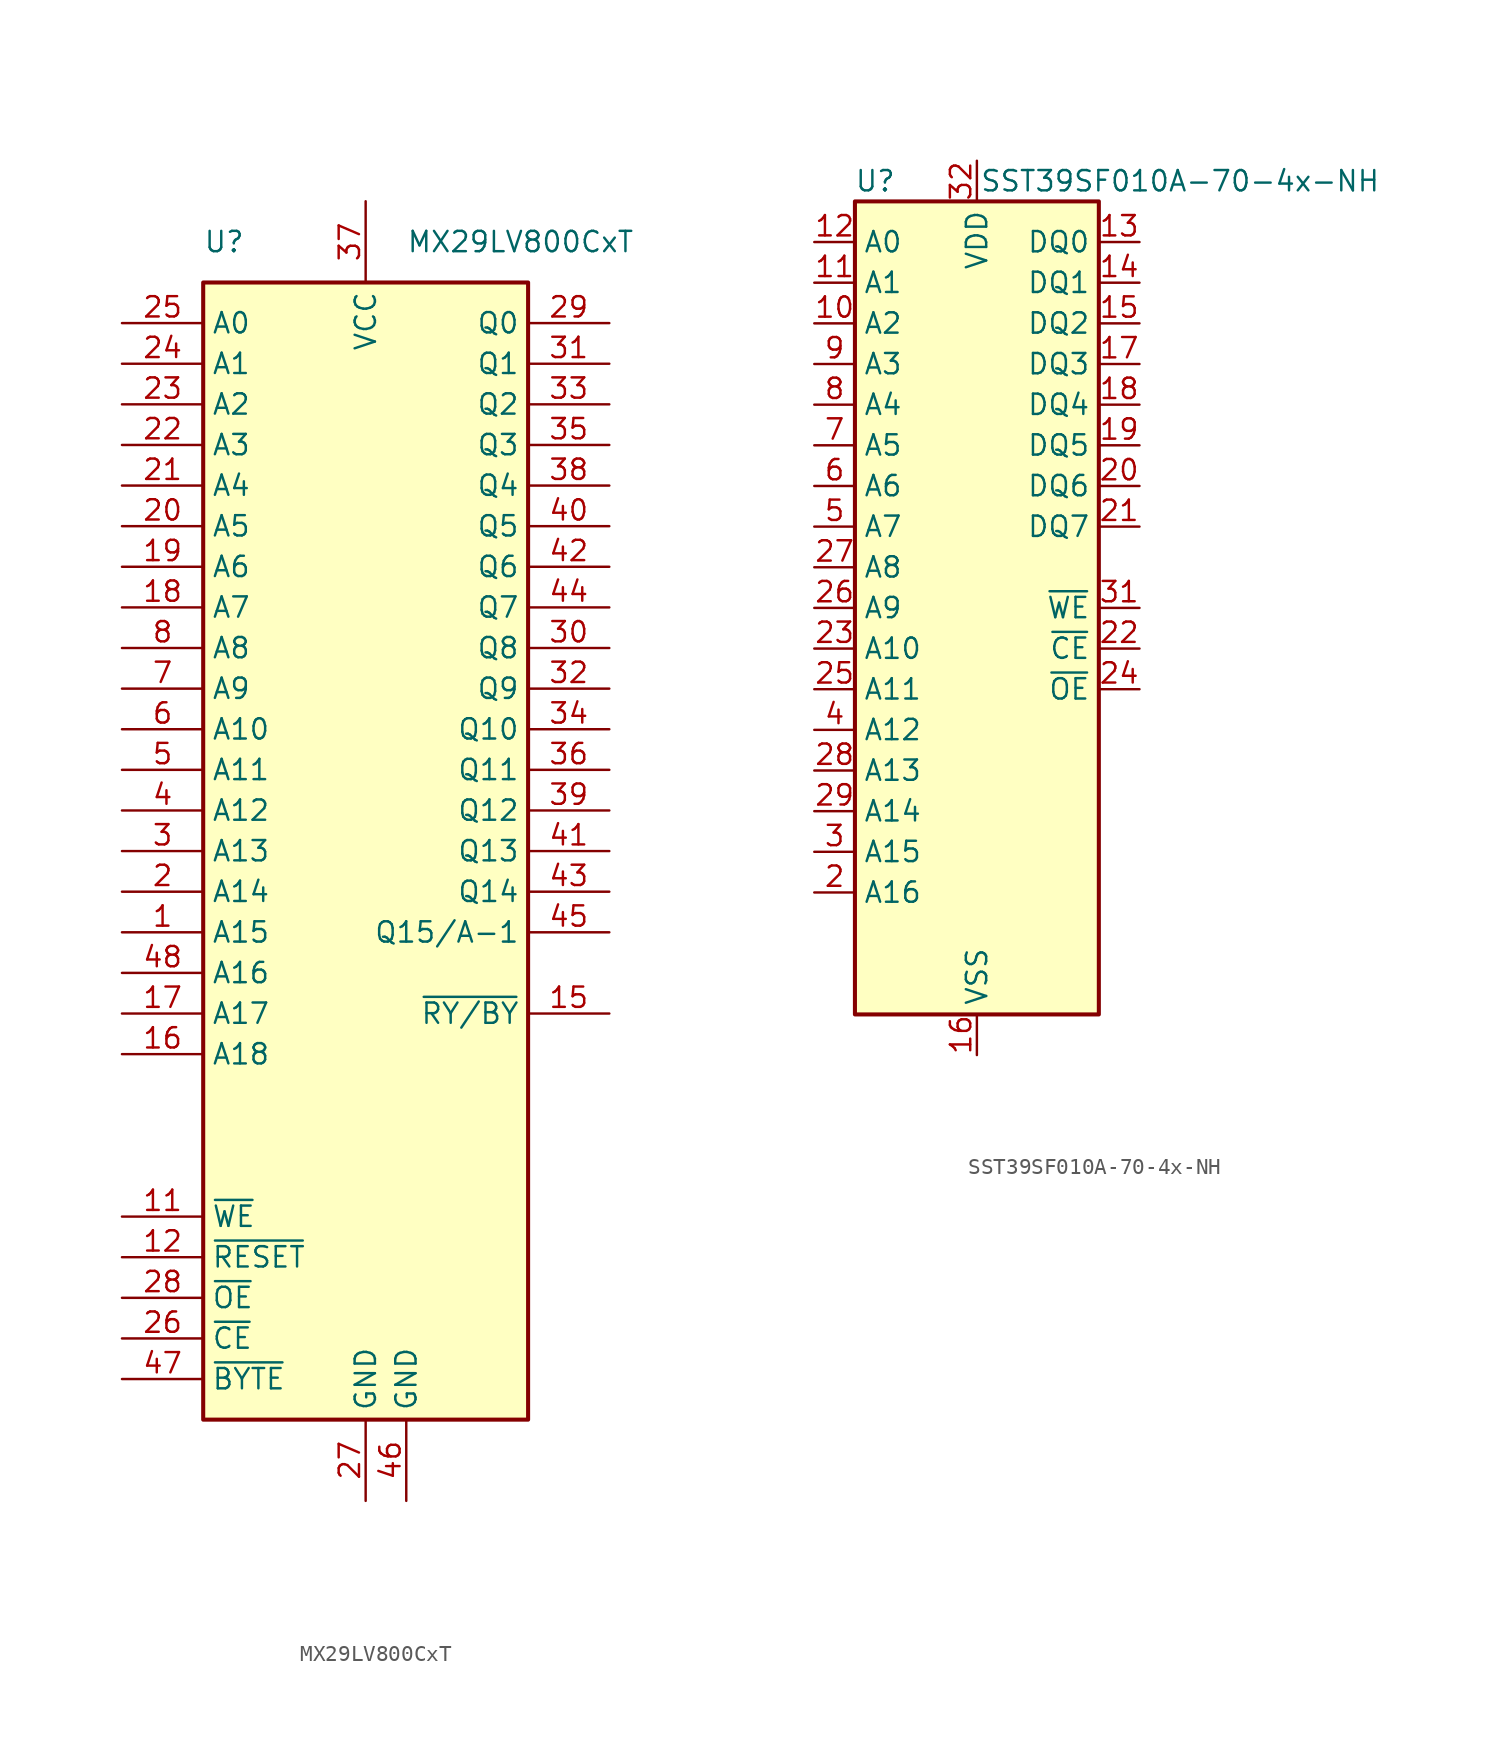
<source format=kicad_sym>
(kicad_symbol_lib
  (version 20241209)
  (generator "kicad_symbol_editor")
  (generator_version "9.0")
  (symbol "MX29LV800CxT"
    (property "Reference" "U"
      (at -10.16 38.1 0)
      (effects (font (size 1.27 1.27)) (justify left)))
    (property "Value" "MX29LV800CxT"
      (at 2.54 38.1 0)
      (effects (font (size 1.27 1.27)) (justify left)))
    (symbol "MX29LV800CxT_0_1"
      (rectangle (start -10.16 35.56) (end 10.16 -35.56) (stroke (width 0.254) (type default)) (fill (type background))))
    (symbol "MX29LV800CxT_1_1"
      (pin input line (at -15.24 33.02 0) (length 5.08) (name "A0" (effects (font (size 1.27 1.27)))) (number "25" (effects (font (size 1.27 1.27)))))
      (pin input line (at -15.24 30.48 0) (length 5.08) (name "A1" (effects (font (size 1.27 1.27)))) (number "24" (effects (font (size 1.27 1.27)))))
      (pin input line (at -15.24 27.94 0) (length 5.08) (name "A2" (effects (font (size 1.27 1.27)))) (number "23" (effects (font (size 1.27 1.27)))))
      (pin input line (at -15.24 25.4 0) (length 5.08) (name "A3" (effects (font (size 1.27 1.27)))) (number "22" (effects (font (size 1.27 1.27)))))
      (pin input line (at -15.24 22.86 0) (length 5.08) (name "A4" (effects (font (size 1.27 1.27)))) (number "21" (effects (font (size 1.27 1.27)))))
      (pin input line (at -15.24 20.32 0) (length 5.08) (name "A5" (effects (font (size 1.27 1.27)))) (number "20" (effects (font (size 1.27 1.27)))))
      (pin input line (at -15.24 17.78 0) (length 5.08) (name "A6" (effects (font (size 1.27 1.27)))) (number "19" (effects (font (size 1.27 1.27)))))
      (pin input line (at -15.24 15.24 0) (length 5.08) (name "A7" (effects (font (size 1.27 1.27)))) (number "18" (effects (font (size 1.27 1.27)))))
      (pin input line (at -15.24 12.7 0) (length 5.08) (name "A8" (effects (font (size 1.27 1.27)))) (number "8" (effects (font (size 1.27 1.27)))))
      (pin input line (at -15.24 10.16 0) (length 5.08) (name "A9" (effects (font (size 1.27 1.27)))) (number "7" (effects (font (size 1.27 1.27)))))
      (pin input line (at -15.24 7.62 0) (length 5.08) (name "A10" (effects (font (size 1.27 1.27)))) (number "6" (effects (font (size 1.27 1.27)))))
      (pin input line (at -15.24 5.08 0) (length 5.08) (name "A11" (effects (font (size 1.27 1.27)))) (number "5" (effects (font (size 1.27 1.27)))))
      (pin input line (at -15.24 2.54 0) (length 5.08) (name "A12" (effects (font (size 1.27 1.27)))) (number "4" (effects (font (size 1.27 1.27)))))
      (pin input line (at -15.24 0 0) (length 5.08) (name "A13" (effects (font (size 1.27 1.27)))) (number "3" (effects (font (size 1.27 1.27)))))
      (pin input line (at -15.24 -2.54 0) (length 5.08) (name "A14" (effects (font (size 1.27 1.27)))) (number "2" (effects (font (size 1.27 1.27)))))
      (pin input line (at -15.24 -5.08 0) (length 5.08) (name "A15" (effects (font (size 1.27 1.27)))) (number "1" (effects (font (size 1.27 1.27)))))
      (pin input line (at -15.24 -7.62 0) (length 5.08) (name "A16" (effects (font (size 1.27 1.27)))) (number "48" (effects (font (size 1.27 1.27)))))
      (pin input line (at -15.24 -10.16 0) (length 5.08) (name "A17" (effects (font (size 1.27 1.27)))) (number "17" (effects (font (size 1.27 1.27)))))
      (pin input line (at -15.24 -12.7 0) (length 5.08) (name "A18" (effects (font (size 1.27 1.27)))) (number "16" (effects (font (size 1.27 1.27)))))
      (pin input line (at -15.24 -22.86 0) (length 5.08) (name "~{WE}" (effects (font (size 1.27 1.27)))) (number "11" (effects (font (size 1.27 1.27)))))
      (pin input line (at -15.24 -25.4 0) (length 5.08) (name "~{RESET}" (effects (font (size 1.27 1.27)))) (number "12" (effects (font (size 1.27 1.27)))))
      (pin input line (at -15.24 -27.94 0) (length 5.08) (name "~{OE}" (effects (font (size 1.27 1.27)))) (number "28" (effects (font (size 1.27 1.27)))))
      (pin input line (at -15.24 -30.48 0) (length 5.08) (name "~{CE}" (effects (font (size 1.27 1.27)))) (number "26" (effects (font (size 1.27 1.27)))))
      (pin input line (at -15.24 -33.02 0) (length 5.08) (name "~{BYTE}" (effects (font (size 1.27 1.27)))) (number "47" (effects (font (size 1.27 1.27)))))
      (pin no_connect line (at -10.16 -15.24 0) (length 5.08) (hide yes) (name "NC" (effects (font (size 1.27 1.27)))) (number "9" (effects (font (size 1.27 1.27)))))
      (pin no_connect line (at -10.16 -17.78 0) (length 5.08) (hide yes) (name "NC" (effects (font (size 1.27 1.27)))) (number "10" (effects (font (size 1.27 1.27)))))
      (pin no_connect line (at -10.16 -20.32 0) (length 5.08) (hide yes) (name "NC" (effects (font (size 1.27 1.27)))) (number "13" (effects (font (size 1.27 1.27)))))
      (pin power_in line (at 0 40.64 270) (length 5.08) (name "VCC" (effects (font (size 1.27 1.27)))) (number "37" (effects (font (size 1.27 1.27)))))
      (pin power_in line (at 0 -40.64 90) (length 5.08) (name "GND" (effects (font (size 1.27 1.27)))) (number "27" (effects (font (size 1.27 1.27)))))
      (pin power_in line (at 2.54 -40.64 90) (length 5.08) (name "GND" (effects (font (size 1.27 1.27)))) (number "46" (effects (font (size 1.27 1.27)))))
      (pin no_connect line (at 10.16 -15.24 180) (length 5.08) (hide yes) (name "NC" (effects (font (size 1.27 1.27)))) (number "14" (effects (font (size 1.27 1.27)))))
      (pin bidirectional line (at 15.24 33.02 180) (length 5.08) (name "Q0" (effects (font (size 1.27 1.27)))) (number "29" (effects (font (size 1.27 1.27)))))
      (pin bidirectional line (at 15.24 30.48 180) (length 5.08) (name "Q1" (effects (font (size 1.27 1.27)))) (number "31" (effects (font (size 1.27 1.27)))))
      (pin bidirectional line (at 15.24 27.94 180) (length 5.08) (name "Q2" (effects (font (size 1.27 1.27)))) (number "33" (effects (font (size 1.27 1.27)))))
      (pin bidirectional line (at 15.24 25.4 180) (length 5.08) (name "Q3" (effects (font (size 1.27 1.27)))) (number "35" (effects (font (size 1.27 1.27)))))
      (pin bidirectional line (at 15.24 22.86 180) (length 5.08) (name "Q4" (effects (font (size 1.27 1.27)))) (number "38" (effects (font (size 1.27 1.27)))))
      (pin bidirectional line (at 15.24 20.32 180) (length 5.08) (name "Q5" (effects (font (size 1.27 1.27)))) (number "40" (effects (font (size 1.27 1.27)))))
      (pin bidirectional line (at 15.24 17.78 180) (length 5.08) (name "Q6" (effects (font (size 1.27 1.27)))) (number "42" (effects (font (size 1.27 1.27)))))
      (pin bidirectional line (at 15.24 15.24 180) (length 5.08) (name "Q7" (effects (font (size 1.27 1.27)))) (number "44" (effects (font (size 1.27 1.27)))))
      (pin bidirectional line (at 15.24 12.7 180) (length 5.08) (name "Q8" (effects (font (size 1.27 1.27)))) (number "30" (effects (font (size 1.27 1.27)))))
      (pin bidirectional line (at 15.24 10.16 180) (length 5.08) (name "Q9" (effects (font (size 1.27 1.27)))) (number "32" (effects (font (size 1.27 1.27)))))
      (pin bidirectional line (at 15.24 7.62 180) (length 5.08) (name "Q10" (effects (font (size 1.27 1.27)))) (number "34" (effects (font (size 1.27 1.27)))))
      (pin bidirectional line (at 15.24 5.08 180) (length 5.08) (name "Q11" (effects (font (size 1.27 1.27)))) (number "36" (effects (font (size 1.27 1.27)))))
      (pin bidirectional line (at 15.24 2.54 180) (length 5.08) (name "Q12" (effects (font (size 1.27 1.27)))) (number "39" (effects (font (size 1.27 1.27)))))
      (pin bidirectional line (at 15.24 0 180) (length 5.08) (name "Q13" (effects (font (size 1.27 1.27)))) (number "41" (effects (font (size 1.27 1.27)))))
      (pin bidirectional line (at 15.24 -2.54 180) (length 5.08) (name "Q14" (effects (font (size 1.27 1.27)))) (number "43" (effects (font (size 1.27 1.27)))))
      (pin bidirectional line (at 15.24 -5.08 180) (length 5.08) (name "Q15/A-1" (effects (font (size 1.27 1.27)))) (number "45" (effects (font (size 1.27 1.27)))))
      (pin output line (at 15.24 -10.16 180) (length 5.08) (name "~{RY/BY}" (effects (font (size 1.27 1.27)))) (number "15" (effects (font (size 1.27 1.27)))))))
  (symbol "SST39SF010A-70-4x-NH"
    (property "Reference" "U"
      (at -6.35 26.67 0)
      (effects (font (size 1.27 1.27))))
    (property "Value" "SST39SF010A-70-4x-NH"
      (at 12.7 26.67 0)
      (effects (font (size 1.27 1.27))))
    (symbol "SST39SF010A-70-4x-NH_0_1"
      (rectangle (start -7.62 25.4) (end 7.62 -25.4) (stroke (width 0.254) (type default)) (fill (type background))))
    (symbol "SST39SF010A-70-4x-NH_1_1"
      (pin input line (at -10.16 22.86 0) (length 2.54) (name "A0" (effects (font (size 1.27 1.27)))) (number "12" (effects (font (size 1.27 1.27)))))
      (pin input line (at -10.16 20.32 0) (length 2.54) (name "A1" (effects (font (size 1.27 1.27)))) (number "11" (effects (font (size 1.27 1.27)))))
      (pin input line (at -10.16 17.78 0) (length 2.54) (name "A2" (effects (font (size 1.27 1.27)))) (number "10" (effects (font (size 1.27 1.27)))))
      (pin input line (at -10.16 15.24 0) (length 2.54) (name "A3" (effects (font (size 1.27 1.27)))) (number "9" (effects (font (size 1.27 1.27)))))
      (pin input line (at -10.16 12.7 0) (length 2.54) (name "A4" (effects (font (size 1.27 1.27)))) (number "8" (effects (font (size 1.27 1.27)))))
      (pin input line (at -10.16 10.16 0) (length 2.54) (name "A5" (effects (font (size 1.27 1.27)))) (number "7" (effects (font (size 1.27 1.27)))))
      (pin input line (at -10.16 7.62 0) (length 2.54) (name "A6" (effects (font (size 1.27 1.27)))) (number "6" (effects (font (size 1.27 1.27)))))
      (pin input line (at -10.16 5.08 0) (length 2.54) (name "A7" (effects (font (size 1.27 1.27)))) (number "5" (effects (font (size 1.27 1.27)))))
      (pin input line (at -10.16 2.54 0) (length 2.54) (name "A8" (effects (font (size 1.27 1.27)))) (number "27" (effects (font (size 1.27 1.27)))))
      (pin input line (at -10.16 0 0) (length 2.54) (name "A9" (effects (font (size 1.27 1.27)))) (number "26" (effects (font (size 1.27 1.27)))))
      (pin input line (at -10.16 -2.54 0) (length 2.54) (name "A10" (effects (font (size 1.27 1.27)))) (number "23" (effects (font (size 1.27 1.27)))))
      (pin input line (at -10.16 -5.08 0) (length 2.54) (name "A11" (effects (font (size 1.27 1.27)))) (number "25" (effects (font (size 1.27 1.27)))))
      (pin input line (at -10.16 -7.62 0) (length 2.54) (name "A12" (effects (font (size 1.27 1.27)))) (number "4" (effects (font (size 1.27 1.27)))))
      (pin input line (at -10.16 -10.16 0) (length 2.54) (name "A13" (effects (font (size 1.27 1.27)))) (number "28" (effects (font (size 1.27 1.27)))))
      (pin input line (at -10.16 -12.7 0) (length 2.54) (name "A14" (effects (font (size 1.27 1.27)))) (number "29" (effects (font (size 1.27 1.27)))))
      (pin input line (at -10.16 -15.24 0) (length 2.54) (name "A15" (effects (font (size 1.27 1.27)))) (number "3" (effects (font (size 1.27 1.27)))))
      (pin input line (at -10.16 -17.78 0) (length 2.54) (name "A16" (effects (font (size 1.27 1.27)))) (number "2" (effects (font (size 1.27 1.27)))))
      (pin no_connect line (at -7.62 -20.32 0) (length 2.54) (hide yes) (name "NC" (effects (font (size 1.27 1.27)))) (number "30" (effects (font (size 1.27 1.27)))))
      (pin no_connect line (at -7.62 -22.86 0) (length 2.54) (hide yes) (name "NC" (effects (font (size 1.27 1.27)))) (number "1" (effects (font (size 1.27 1.27)))))
      (pin power_in line (at 0 27.94 270) (length 2.54) (name "VDD" (effects (font (size 1.27 1.27)))) (number "32" (effects (font (size 1.27 1.27)))))
      (pin power_in line (at 0 -27.94 90) (length 2.54) (name "VSS" (effects (font (size 1.27 1.27)))) (number "16" (effects (font (size 1.27 1.27)))))
      (pin bidirectional line (at 10.16 22.86 180) (length 2.54) (name "DQ0" (effects (font (size 1.27 1.27)))) (number "13" (effects (font (size 1.27 1.27)))))
      (pin bidirectional line (at 10.16 20.32 180) (length 2.54) (name "DQ1" (effects (font (size 1.27 1.27)))) (number "14" (effects (font (size 1.27 1.27)))))
      (pin bidirectional line (at 10.16 17.78 180) (length 2.54) (name "DQ2" (effects (font (size 1.27 1.27)))) (number "15" (effects (font (size 1.27 1.27)))))
      (pin bidirectional line (at 10.16 15.24 180) (length 2.54) (name "DQ3" (effects (font (size 1.27 1.27)))) (number "17" (effects (font (size 1.27 1.27)))))
      (pin bidirectional line (at 10.16 12.7 180) (length 2.54) (name "DQ4" (effects (font (size 1.27 1.27)))) (number "18" (effects (font (size 1.27 1.27)))))
      (pin bidirectional line (at 10.16 10.16 180) (length 2.54) (name "DQ5" (effects (font (size 1.27 1.27)))) (number "19" (effects (font (size 1.27 1.27)))))
      (pin bidirectional line (at 10.16 7.62 180) (length 2.54) (name "DQ6" (effects (font (size 1.27 1.27)))) (number "20" (effects (font (size 1.27 1.27)))))
      (pin bidirectional line (at 10.16 5.08 180) (length 2.54) (name "DQ7" (effects (font (size 1.27 1.27)))) (number "21" (effects (font (size 1.27 1.27)))))
      (pin input line (at 10.16 0 180) (length 2.54) (name "~{WE}" (effects (font (size 1.27 1.27)))) (number "31" (effects (font (size 1.27 1.27)))))
      (pin input line (at 10.16 -2.54 180) (length 2.54) (name "~{CE}" (effects (font (size 1.27 1.27)))) (number "22" (effects (font (size 1.27 1.27)))))
      (pin input line (at 10.16 -5.08 180) (length 2.54) (name "~{OE}" (effects (font (size 1.27 1.27)))) (number "24" (effects (font (size 1.27 1.27))))))))
</source>
